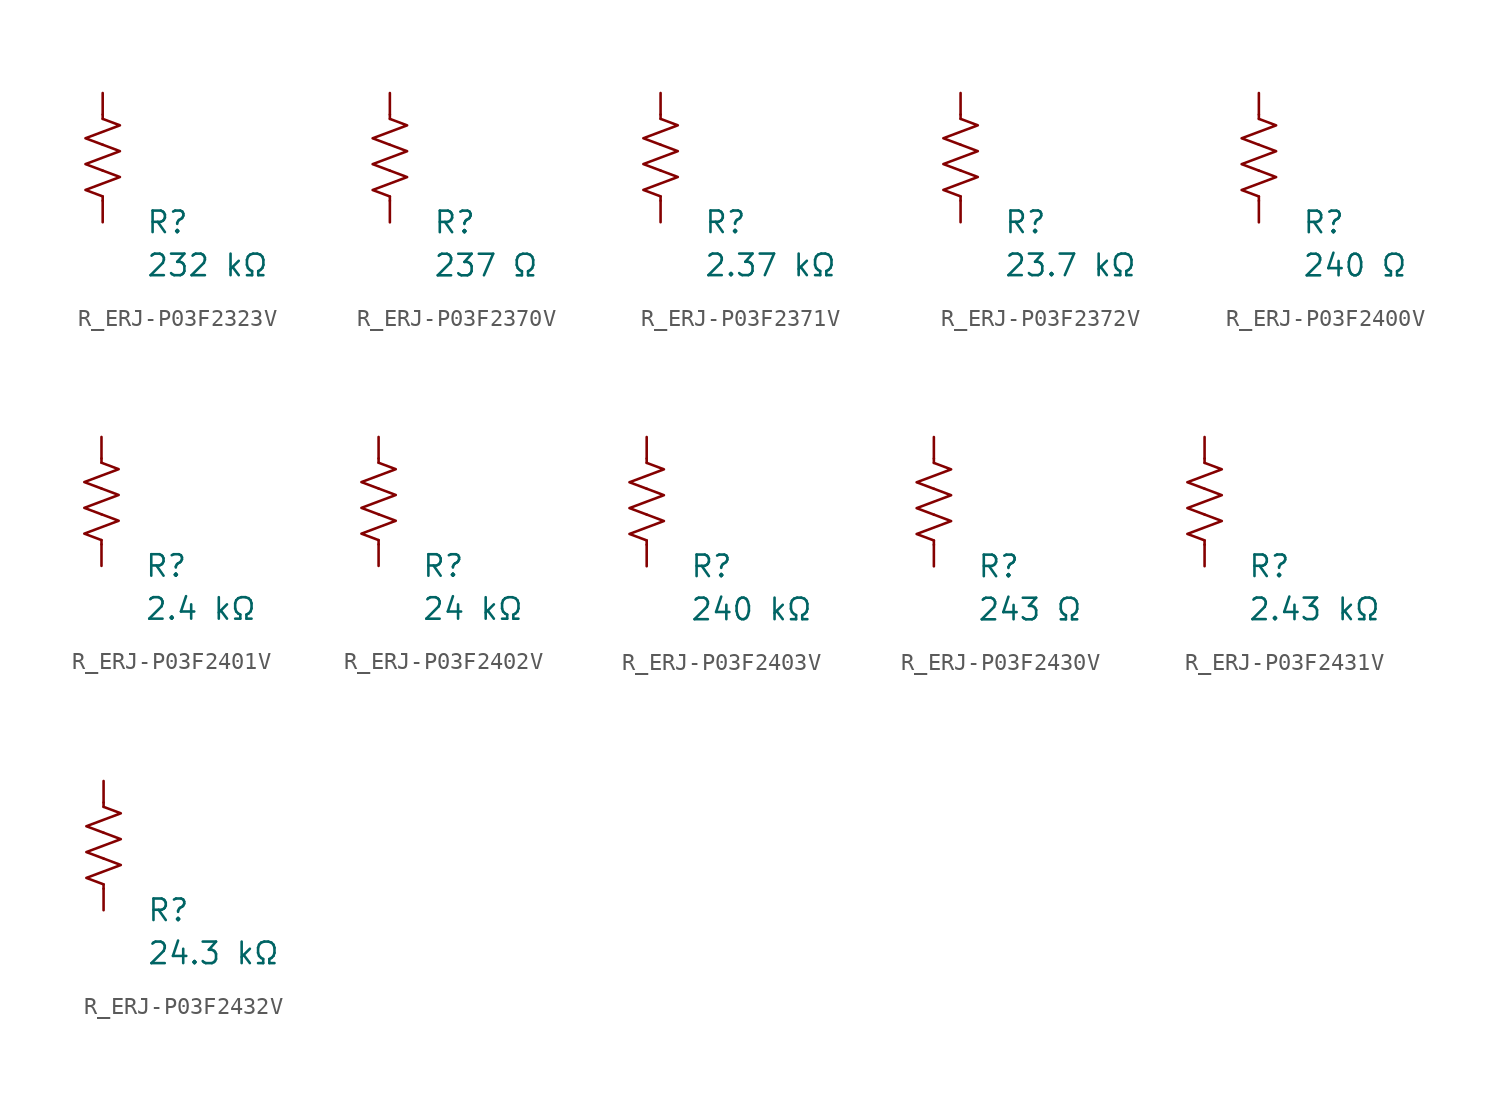
<source format=kicad_sym>
(kicad_symbol_lib
  (version 20231120)
  (generator "kicad_symbol_editor")
  (generator_version "8.0")
  (symbol "R_ERJ-P03F2323V"
    (pin_numbers hide)
    (pin_names
      (offset 0))
    (property "Reference" "R"
      (at 2.54 -3.81 0)
      (effects (font (size 1.27 1.27)) (justify left))
      (show_name no))
    (property "Value" "232 kΩ"
      (at 2.54 -6.35 0)
      (effects (font (size 1.27 1.27)) (justify left))
      (show_name no))
    (symbol "R_ERJ-P03F2323V_0_1"
      (polyline (pts (xy 0 -2.286) (xy 0 -2.54)) (stroke (width 0) (type default)) (fill (type none)))
      (polyline (pts (xy 0 2.286) (xy 0 2.54)) (stroke (width 0) (type default)) (fill (type none)))
      (polyline (pts (xy 0 -0.762) (xy 1.016 -1.143) (xy 0 -1.524) (xy -1.016 -1.905) (xy 0 -2.286)) (stroke (width 0) (type default)) (fill (type none)))
      (polyline (pts (xy 0 0.762) (xy 1.016 0.381) (xy 0 0) (xy -1.016 -0.381) (xy 0 -0.762)) (stroke (width 0) (type default)) (fill (type none)))
      (polyline (pts (xy 0 2.286) (xy 1.016 1.905) (xy 0 1.524) (xy -1.016 1.143) (xy 0 0.762)) (stroke (width 0) (type default)) (fill (type none))))
    (symbol "R_ERJ-P03F2323V_1_1"
      (pin passive line (at 0 3.81 270) (length 1.27) (name "~" (effects (font (size 1.27 1.27)))) (number "1" (effects (font (size 1.27 1.27)))))
      (pin passive line (at 0 -3.81 90) (length 1.27) (name "~" (effects (font (size 1.27 1.27)))) (number "2" (effects (font (size 1.27 1.27)))))))
  (symbol "R_ERJ-P03F2370V"
    (pin_numbers hide)
    (pin_names
      (offset 0))
    (property "Reference" "R"
      (at 2.54 -3.81 0)
      (effects (font (size 1.27 1.27)) (justify left))
      (show_name no))
    (property "Value" "237 Ω"
      (at 2.54 -6.35 0)
      (effects (font (size 1.27 1.27)) (justify left))
      (show_name no))
    (symbol "R_ERJ-P03F2370V_0_1"
      (polyline (pts (xy 0 -2.286) (xy 0 -2.54)) (stroke (width 0) (type default)) (fill (type none)))
      (polyline (pts (xy 0 2.286) (xy 0 2.54)) (stroke (width 0) (type default)) (fill (type none)))
      (polyline (pts (xy 0 -0.762) (xy 1.016 -1.143) (xy 0 -1.524) (xy -1.016 -1.905) (xy 0 -2.286)) (stroke (width 0) (type default)) (fill (type none)))
      (polyline (pts (xy 0 0.762) (xy 1.016 0.381) (xy 0 0) (xy -1.016 -0.381) (xy 0 -0.762)) (stroke (width 0) (type default)) (fill (type none)))
      (polyline (pts (xy 0 2.286) (xy 1.016 1.905) (xy 0 1.524) (xy -1.016 1.143) (xy 0 0.762)) (stroke (width 0) (type default)) (fill (type none))))
    (symbol "R_ERJ-P03F2370V_1_1"
      (pin passive line (at 0 3.81 270) (length 1.27) (name "~" (effects (font (size 1.27 1.27)))) (number "1" (effects (font (size 1.27 1.27)))))
      (pin passive line (at 0 -3.81 90) (length 1.27) (name "~" (effects (font (size 1.27 1.27)))) (number "2" (effects (font (size 1.27 1.27)))))))
  (symbol "R_ERJ-P03F2371V"
    (pin_numbers hide)
    (pin_names
      (offset 0))
    (property "Reference" "R"
      (at 2.54 -3.81 0)
      (effects (font (size 1.27 1.27)) (justify left))
      (show_name no))
    (property "Value" "2.37 kΩ"
      (at 2.54 -6.35 0)
      (effects (font (size 1.27 1.27)) (justify left))
      (show_name no))
    (symbol "R_ERJ-P03F2371V_0_1"
      (polyline (pts (xy 0 -2.286) (xy 0 -2.54)) (stroke (width 0) (type default)) (fill (type none)))
      (polyline (pts (xy 0 2.286) (xy 0 2.54)) (stroke (width 0) (type default)) (fill (type none)))
      (polyline (pts (xy 0 -0.762) (xy 1.016 -1.143) (xy 0 -1.524) (xy -1.016 -1.905) (xy 0 -2.286)) (stroke (width 0) (type default)) (fill (type none)))
      (polyline (pts (xy 0 0.762) (xy 1.016 0.381) (xy 0 0) (xy -1.016 -0.381) (xy 0 -0.762)) (stroke (width 0) (type default)) (fill (type none)))
      (polyline (pts (xy 0 2.286) (xy 1.016 1.905) (xy 0 1.524) (xy -1.016 1.143) (xy 0 0.762)) (stroke (width 0) (type default)) (fill (type none))))
    (symbol "R_ERJ-P03F2371V_1_1"
      (pin passive line (at 0 3.81 270) (length 1.27) (name "~" (effects (font (size 1.27 1.27)))) (number "1" (effects (font (size 1.27 1.27)))))
      (pin passive line (at 0 -3.81 90) (length 1.27) (name "~" (effects (font (size 1.27 1.27)))) (number "2" (effects (font (size 1.27 1.27)))))))
  (symbol "R_ERJ-P03F2372V"
    (pin_numbers hide)
    (pin_names
      (offset 0))
    (property "Reference" "R"
      (at 2.54 -3.81 0)
      (effects (font (size 1.27 1.27)) (justify left))
      (show_name no))
    (property "Value" "23.7 kΩ"
      (at 2.54 -6.35 0)
      (effects (font (size 1.27 1.27)) (justify left))
      (show_name no))
    (symbol "R_ERJ-P03F2372V_0_1"
      (polyline (pts (xy 0 -2.286) (xy 0 -2.54)) (stroke (width 0) (type default)) (fill (type none)))
      (polyline (pts (xy 0 2.286) (xy 0 2.54)) (stroke (width 0) (type default)) (fill (type none)))
      (polyline (pts (xy 0 -0.762) (xy 1.016 -1.143) (xy 0 -1.524) (xy -1.016 -1.905) (xy 0 -2.286)) (stroke (width 0) (type default)) (fill (type none)))
      (polyline (pts (xy 0 0.762) (xy 1.016 0.381) (xy 0 0) (xy -1.016 -0.381) (xy 0 -0.762)) (stroke (width 0) (type default)) (fill (type none)))
      (polyline (pts (xy 0 2.286) (xy 1.016 1.905) (xy 0 1.524) (xy -1.016 1.143) (xy 0 0.762)) (stroke (width 0) (type default)) (fill (type none))))
    (symbol "R_ERJ-P03F2372V_1_1"
      (pin passive line (at 0 3.81 270) (length 1.27) (name "~" (effects (font (size 1.27 1.27)))) (number "1" (effects (font (size 1.27 1.27)))))
      (pin passive line (at 0 -3.81 90) (length 1.27) (name "~" (effects (font (size 1.27 1.27)))) (number "2" (effects (font (size 1.27 1.27)))))))
  (symbol "R_ERJ-P03F2400V"
    (pin_numbers hide)
    (pin_names
      (offset 0))
    (property "Reference" "R"
      (at 2.54 -3.81 0)
      (effects (font (size 1.27 1.27)) (justify left))
      (show_name no))
    (property "Value" "240 Ω"
      (at 2.54 -6.35 0)
      (effects (font (size 1.27 1.27)) (justify left))
      (show_name no))
    (symbol "R_ERJ-P03F2400V_0_1"
      (polyline (pts (xy 0 -2.286) (xy 0 -2.54)) (stroke (width 0) (type default)) (fill (type none)))
      (polyline (pts (xy 0 2.286) (xy 0 2.54)) (stroke (width 0) (type default)) (fill (type none)))
      (polyline (pts (xy 0 -0.762) (xy 1.016 -1.143) (xy 0 -1.524) (xy -1.016 -1.905) (xy 0 -2.286)) (stroke (width 0) (type default)) (fill (type none)))
      (polyline (pts (xy 0 0.762) (xy 1.016 0.381) (xy 0 0) (xy -1.016 -0.381) (xy 0 -0.762)) (stroke (width 0) (type default)) (fill (type none)))
      (polyline (pts (xy 0 2.286) (xy 1.016 1.905) (xy 0 1.524) (xy -1.016 1.143) (xy 0 0.762)) (stroke (width 0) (type default)) (fill (type none))))
    (symbol "R_ERJ-P03F2400V_1_1"
      (pin passive line (at 0 3.81 270) (length 1.27) (name "~" (effects (font (size 1.27 1.27)))) (number "1" (effects (font (size 1.27 1.27)))))
      (pin passive line (at 0 -3.81 90) (length 1.27) (name "~" (effects (font (size 1.27 1.27)))) (number "2" (effects (font (size 1.27 1.27)))))))
  (symbol "R_ERJ-P03F2401V"
    (pin_numbers hide)
    (pin_names
      (offset 0))
    (property "Reference" "R"
      (at 2.54 -3.81 0)
      (effects (font (size 1.27 1.27)) (justify left))
      (show_name no))
    (property "Value" "2.4 kΩ"
      (at 2.54 -6.35 0)
      (effects (font (size 1.27 1.27)) (justify left))
      (show_name no))
    (symbol "R_ERJ-P03F2401V_0_1"
      (polyline (pts (xy 0 -2.286) (xy 0 -2.54)) (stroke (width 0) (type default)) (fill (type none)))
      (polyline (pts (xy 0 2.286) (xy 0 2.54)) (stroke (width 0) (type default)) (fill (type none)))
      (polyline (pts (xy 0 -0.762) (xy 1.016 -1.143) (xy 0 -1.524) (xy -1.016 -1.905) (xy 0 -2.286)) (stroke (width 0) (type default)) (fill (type none)))
      (polyline (pts (xy 0 0.762) (xy 1.016 0.381) (xy 0 0) (xy -1.016 -0.381) (xy 0 -0.762)) (stroke (width 0) (type default)) (fill (type none)))
      (polyline (pts (xy 0 2.286) (xy 1.016 1.905) (xy 0 1.524) (xy -1.016 1.143) (xy 0 0.762)) (stroke (width 0) (type default)) (fill (type none))))
    (symbol "R_ERJ-P03F2401V_1_1"
      (pin passive line (at 0 3.81 270) (length 1.27) (name "~" (effects (font (size 1.27 1.27)))) (number "1" (effects (font (size 1.27 1.27)))))
      (pin passive line (at 0 -3.81 90) (length 1.27) (name "~" (effects (font (size 1.27 1.27)))) (number "2" (effects (font (size 1.27 1.27)))))))
  (symbol "R_ERJ-P03F2402V"
    (pin_numbers hide)
    (pin_names
      (offset 0))
    (property "Reference" "R"
      (at 2.54 -3.81 0)
      (effects (font (size 1.27 1.27)) (justify left))
      (show_name no))
    (property "Value" "24 kΩ"
      (at 2.54 -6.35 0)
      (effects (font (size 1.27 1.27)) (justify left))
      (show_name no))
    (symbol "R_ERJ-P03F2402V_0_1"
      (polyline (pts (xy 0 -2.286) (xy 0 -2.54)) (stroke (width 0) (type default)) (fill (type none)))
      (polyline (pts (xy 0 2.286) (xy 0 2.54)) (stroke (width 0) (type default)) (fill (type none)))
      (polyline (pts (xy 0 -0.762) (xy 1.016 -1.143) (xy 0 -1.524) (xy -1.016 -1.905) (xy 0 -2.286)) (stroke (width 0) (type default)) (fill (type none)))
      (polyline (pts (xy 0 0.762) (xy 1.016 0.381) (xy 0 0) (xy -1.016 -0.381) (xy 0 -0.762)) (stroke (width 0) (type default)) (fill (type none)))
      (polyline (pts (xy 0 2.286) (xy 1.016 1.905) (xy 0 1.524) (xy -1.016 1.143) (xy 0 0.762)) (stroke (width 0) (type default)) (fill (type none))))
    (symbol "R_ERJ-P03F2402V_1_1"
      (pin passive line (at 0 3.81 270) (length 1.27) (name "~" (effects (font (size 1.27 1.27)))) (number "1" (effects (font (size 1.27 1.27)))))
      (pin passive line (at 0 -3.81 90) (length 1.27) (name "~" (effects (font (size 1.27 1.27)))) (number "2" (effects (font (size 1.27 1.27)))))))
  (symbol "R_ERJ-P03F2403V"
    (pin_numbers hide)
    (pin_names
      (offset 0))
    (property "Reference" "R"
      (at 2.54 -3.81 0)
      (effects (font (size 1.27 1.27)) (justify left))
      (show_name no))
    (property "Value" "240 kΩ"
      (at 2.54 -6.35 0)
      (effects (font (size 1.27 1.27)) (justify left))
      (show_name no))
    (symbol "R_ERJ-P03F2403V_0_1"
      (polyline (pts (xy 0 -2.286) (xy 0 -2.54)) (stroke (width 0) (type default)) (fill (type none)))
      (polyline (pts (xy 0 2.286) (xy 0 2.54)) (stroke (width 0) (type default)) (fill (type none)))
      (polyline (pts (xy 0 -0.762) (xy 1.016 -1.143) (xy 0 -1.524) (xy -1.016 -1.905) (xy 0 -2.286)) (stroke (width 0) (type default)) (fill (type none)))
      (polyline (pts (xy 0 0.762) (xy 1.016 0.381) (xy 0 0) (xy -1.016 -0.381) (xy 0 -0.762)) (stroke (width 0) (type default)) (fill (type none)))
      (polyline (pts (xy 0 2.286) (xy 1.016 1.905) (xy 0 1.524) (xy -1.016 1.143) (xy 0 0.762)) (stroke (width 0) (type default)) (fill (type none))))
    (symbol "R_ERJ-P03F2403V_1_1"
      (pin passive line (at 0 3.81 270) (length 1.27) (name "~" (effects (font (size 1.27 1.27)))) (number "1" (effects (font (size 1.27 1.27)))))
      (pin passive line (at 0 -3.81 90) (length 1.27) (name "~" (effects (font (size 1.27 1.27)))) (number "2" (effects (font (size 1.27 1.27)))))))
  (symbol "R_ERJ-P03F2430V"
    (pin_numbers hide)
    (pin_names
      (offset 0))
    (property "Reference" "R"
      (at 2.54 -3.81 0)
      (effects (font (size 1.27 1.27)) (justify left))
      (show_name no))
    (property "Value" "243 Ω"
      (at 2.54 -6.35 0)
      (effects (font (size 1.27 1.27)) (justify left))
      (show_name no))
    (symbol "R_ERJ-P03F2430V_0_1"
      (polyline (pts (xy 0 -2.286) (xy 0 -2.54)) (stroke (width 0) (type default)) (fill (type none)))
      (polyline (pts (xy 0 2.286) (xy 0 2.54)) (stroke (width 0) (type default)) (fill (type none)))
      (polyline (pts (xy 0 -0.762) (xy 1.016 -1.143) (xy 0 -1.524) (xy -1.016 -1.905) (xy 0 -2.286)) (stroke (width 0) (type default)) (fill (type none)))
      (polyline (pts (xy 0 0.762) (xy 1.016 0.381) (xy 0 0) (xy -1.016 -0.381) (xy 0 -0.762)) (stroke (width 0) (type default)) (fill (type none)))
      (polyline (pts (xy 0 2.286) (xy 1.016 1.905) (xy 0 1.524) (xy -1.016 1.143) (xy 0 0.762)) (stroke (width 0) (type default)) (fill (type none))))
    (symbol "R_ERJ-P03F2430V_1_1"
      (pin passive line (at 0 3.81 270) (length 1.27) (name "~" (effects (font (size 1.27 1.27)))) (number "1" (effects (font (size 1.27 1.27)))))
      (pin passive line (at 0 -3.81 90) (length 1.27) (name "~" (effects (font (size 1.27 1.27)))) (number "2" (effects (font (size 1.27 1.27)))))))
  (symbol "R_ERJ-P03F2431V"
    (pin_numbers hide)
    (pin_names
      (offset 0))
    (property "Reference" "R"
      (at 2.54 -3.81 0)
      (effects (font (size 1.27 1.27)) (justify left))
      (show_name no))
    (property "Value" "2.43 kΩ"
      (at 2.54 -6.35 0)
      (effects (font (size 1.27 1.27)) (justify left))
      (show_name no))
    (symbol "R_ERJ-P03F2431V_0_1"
      (polyline (pts (xy 0 -2.286) (xy 0 -2.54)) (stroke (width 0) (type default)) (fill (type none)))
      (polyline (pts (xy 0 2.286) (xy 0 2.54)) (stroke (width 0) (type default)) (fill (type none)))
      (polyline (pts (xy 0 -0.762) (xy 1.016 -1.143) (xy 0 -1.524) (xy -1.016 -1.905) (xy 0 -2.286)) (stroke (width 0) (type default)) (fill (type none)))
      (polyline (pts (xy 0 0.762) (xy 1.016 0.381) (xy 0 0) (xy -1.016 -0.381) (xy 0 -0.762)) (stroke (width 0) (type default)) (fill (type none)))
      (polyline (pts (xy 0 2.286) (xy 1.016 1.905) (xy 0 1.524) (xy -1.016 1.143) (xy 0 0.762)) (stroke (width 0) (type default)) (fill (type none))))
    (symbol "R_ERJ-P03F2431V_1_1"
      (pin passive line (at 0 3.81 270) (length 1.27) (name "~" (effects (font (size 1.27 1.27)))) (number "1" (effects (font (size 1.27 1.27)))))
      (pin passive line (at 0 -3.81 90) (length 1.27) (name "~" (effects (font (size 1.27 1.27)))) (number "2" (effects (font (size 1.27 1.27)))))))
  (symbol "R_ERJ-P03F2432V"
    (pin_numbers hide)
    (pin_names
      (offset 0))
    (property "Reference" "R"
      (at 2.54 -3.81 0)
      (effects (font (size 1.27 1.27)) (justify left))
      (show_name no))
    (property "Value" "24.3 kΩ"
      (at 2.54 -6.35 0)
      (effects (font (size 1.27 1.27)) (justify left))
      (show_name no))
    (symbol "R_ERJ-P03F2432V_0_1"
      (polyline (pts (xy 0 -2.286) (xy 0 -2.54)) (stroke (width 0) (type default)) (fill (type none)))
      (polyline (pts (xy 0 2.286) (xy 0 2.54)) (stroke (width 0) (type default)) (fill (type none)))
      (polyline (pts (xy 0 -0.762) (xy 1.016 -1.143) (xy 0 -1.524) (xy -1.016 -1.905) (xy 0 -2.286)) (stroke (width 0) (type default)) (fill (type none)))
      (polyline (pts (xy 0 0.762) (xy 1.016 0.381) (xy 0 0) (xy -1.016 -0.381) (xy 0 -0.762)) (stroke (width 0) (type default)) (fill (type none)))
      (polyline (pts (xy 0 2.286) (xy 1.016 1.905) (xy 0 1.524) (xy -1.016 1.143) (xy 0 0.762)) (stroke (width 0) (type default)) (fill (type none))))
    (symbol "R_ERJ-P03F2432V_1_1"
      (pin passive line (at 0 3.81 270) (length 1.27) (name "~" (effects (font (size 1.27 1.27)))) (number "1" (effects (font (size 1.27 1.27)))))
      (pin passive line (at 0 -3.81 90) (length 1.27) (name "~" (effects (font (size 1.27 1.27)))) (number "2" (effects (font (size 1.27 1.27))))))))
</source>
